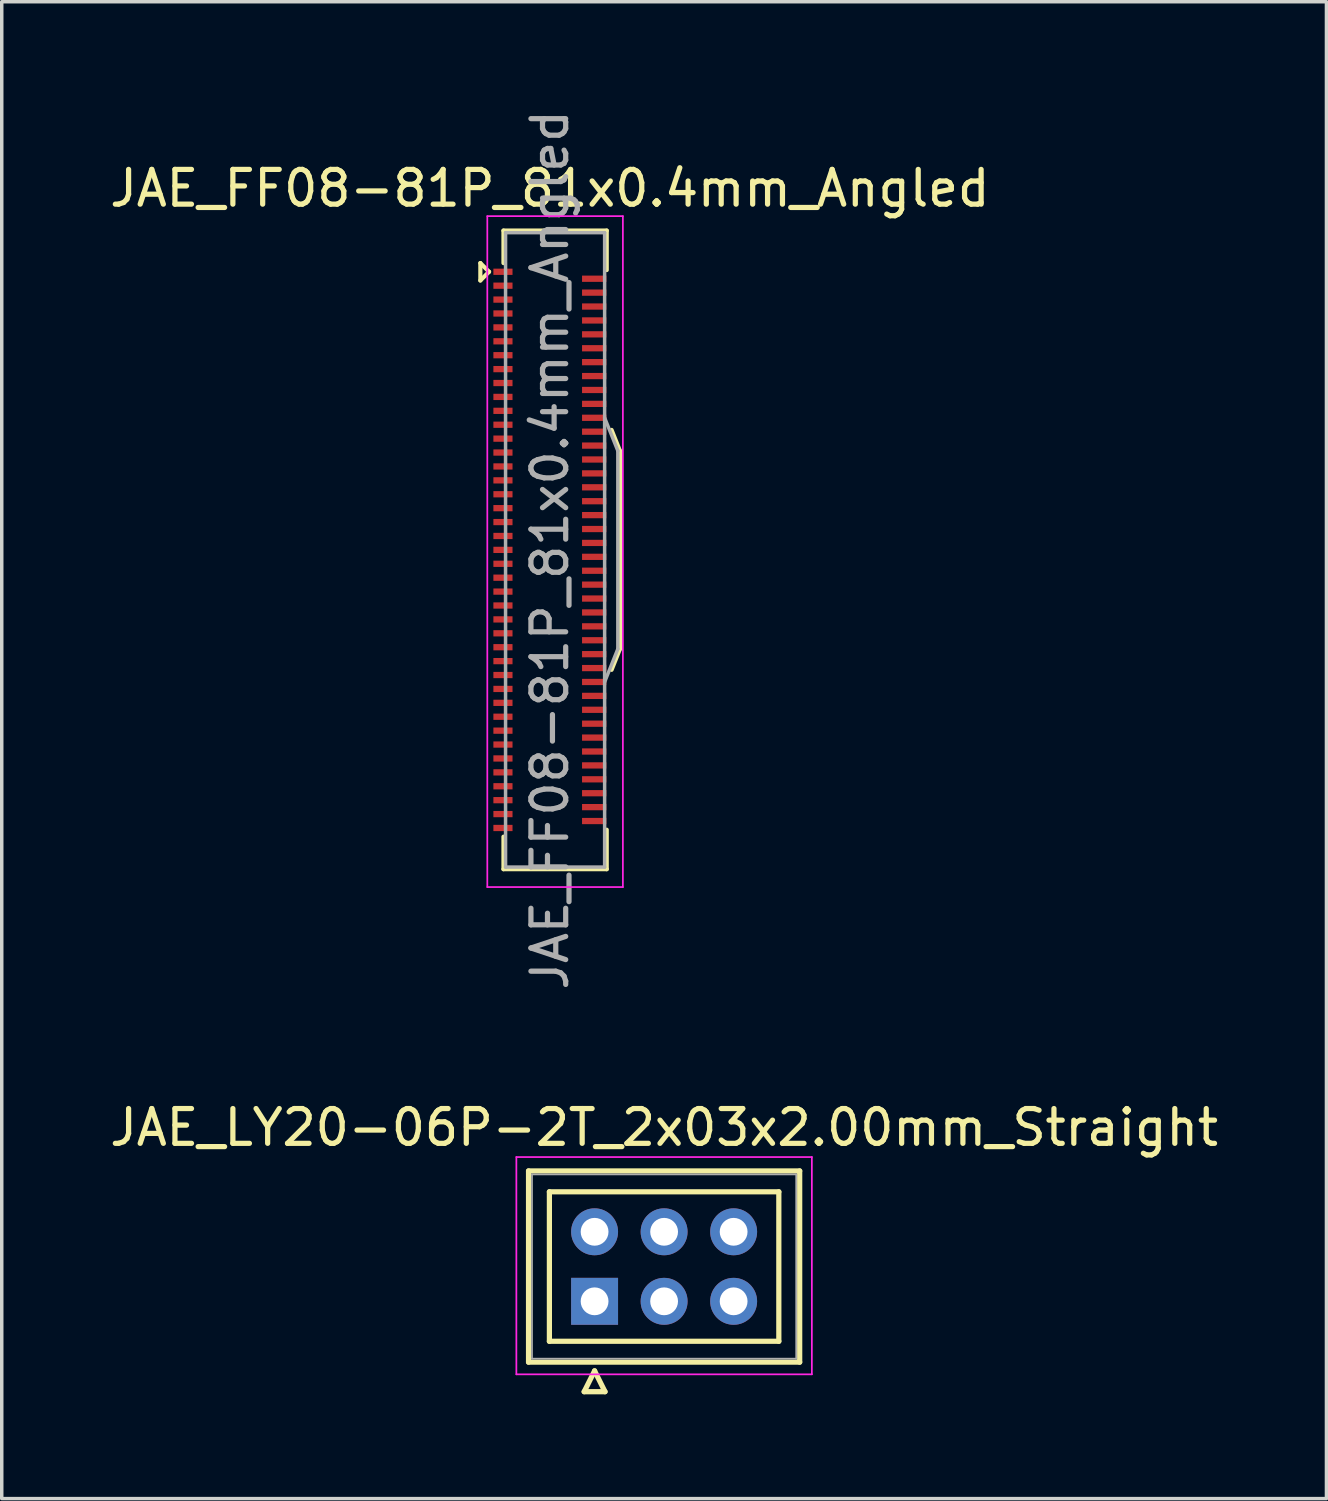
<source format=kicad_pcb>
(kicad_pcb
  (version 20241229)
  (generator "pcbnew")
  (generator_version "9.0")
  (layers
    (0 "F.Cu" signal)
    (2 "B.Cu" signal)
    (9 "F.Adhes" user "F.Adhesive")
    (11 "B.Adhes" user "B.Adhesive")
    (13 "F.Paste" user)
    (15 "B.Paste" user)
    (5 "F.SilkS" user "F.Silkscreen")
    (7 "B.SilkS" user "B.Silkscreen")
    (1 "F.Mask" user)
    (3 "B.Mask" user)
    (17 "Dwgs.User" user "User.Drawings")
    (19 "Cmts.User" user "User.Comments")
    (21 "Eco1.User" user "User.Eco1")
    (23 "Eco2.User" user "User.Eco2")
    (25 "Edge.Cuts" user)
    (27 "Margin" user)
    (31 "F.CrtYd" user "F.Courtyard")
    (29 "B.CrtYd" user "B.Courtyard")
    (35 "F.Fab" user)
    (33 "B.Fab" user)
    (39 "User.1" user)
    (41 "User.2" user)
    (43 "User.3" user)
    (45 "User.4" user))
  (footprint "JAE_LY20-06P-2T_2x03x2.00mm_Straight"
    (layer "F.Cu")
    (at 14.054 34.384)
    (property "Reference" "JAE_LY20-06P-2T_2x03x2.00mm_Straight" (at 2 -5 0) (layer "F.SilkS") (effects (font (size 1 1) (thickness 0.15))))
    (attr through_hole)
    (fp_line (start -1.9 -3.75) (end -1.9 1.75) (stroke (width 0.15) (type solid)) (layer "F.SilkS"))
    (fp_line (start -1.9 1.75) (end 5.9 1.75) (stroke (width 0.15) (type solid)) (layer "F.SilkS"))
    (fp_line (start -1.3 -3.15) (end -1.3 1.15) (stroke (width 0.15) (type solid)) (layer "F.SilkS"))
    (fp_line (start -1.3 1.15) (end 5.3 1.15) (stroke (width 0.15) (type solid)) (layer "F.SilkS"))
    (fp_line (start -0.3 2.6) (end 0.3 2.6) (stroke (width 0.15) (type solid)) (layer "F.SilkS"))
    (fp_line (start 0 2) (end -0.3 2.6) (stroke (width 0.15) (type solid)) (layer "F.SilkS"))
    (fp_line (start 0.3 2.6) (end 0 2) (stroke (width 0.15) (type solid)) (layer "F.SilkS"))
    (fp_line (start 5.3 -3.15) (end -1.3 -3.15) (stroke (width 0.15) (type solid)) (layer "F.SilkS"))
    (fp_line (start 5.3 1.15) (end 5.3 -3.15) (stroke (width 0.15) (type solid)) (layer "F.SilkS"))
    (fp_line (start 5.9 -3.75) (end -1.9 -3.75) (stroke (width 0.15) (type solid)) (layer "F.SilkS"))
    (fp_line (start 5.9 1.75) (end 5.9 -3.75) (stroke (width 0.15) (type solid)) (layer "F.SilkS"))
    (fp_line (start -2.25 -4.15) (end -2.25 2.1) (stroke (width 0.05) (type solid)) (layer "F.CrtYd"))
    (fp_line (start -2.25 2.1) (end 6.25 2.1) (stroke (width 0.05) (type solid)) (layer "F.CrtYd"))
    (fp_line (start 6.25 -4.15) (end -2.25 -4.15) (stroke (width 0.05) (type solid)) (layer "F.CrtYd"))
    (fp_line (start 6.25 2.1) (end 6.25 -4.15) (stroke (width 0.05) (type solid)) (layer "F.CrtYd"))
    (fp_line (start -1.8 -3.65) (end -1.8 1.65) (stroke (width 0.05) (type solid)) (layer "F.Fab"))
    (fp_line (start -1.8 1.65) (end 5.8 1.65) (stroke (width 0.05) (type solid)) (layer "F.Fab"))
    (fp_line (start 5.8 -3.65) (end -1.8 -3.65) (stroke (width 0.05) (type solid)) (layer "F.Fab"))
    (fp_line (start 5.8 1.65) (end 5.8 -3.65) (stroke (width 0.05) (type solid)) (layer "F.Fab"))
    (pad "1" thru_hole rect (at 0 0) (size 1.35 1.35) (drill 0.8) (layers "*.Cu" "*.Mask"))
    (pad "2" thru_hole circle (at 2 0) (size 1.35 1.35) (drill 0.8) (layers "*.Cu" "*.Mask"))
    (pad "3" thru_hole circle (at 4 0) (size 1.35 1.35) (drill 0.8) (layers "*.Cu" "*.Mask"))
    (pad "4" thru_hole circle (at 0 -2) (size 1.35 1.35) (drill 0.8) (layers "*.Cu" "*.Mask"))
    (pad "5" thru_hole circle (at 2 -2) (size 1.35 1.35) (drill 0.8) (layers "*.Cu" "*.Mask"))
    (pad "6" thru_hole circle (at 4 -2) (size 1.35 1.35) (drill 0.8) (layers "*.Cu" "*.Mask")))
  (footprint "JAE_FF08-81P_81x0.4mm_Angled"
    (layer "F.Cu")
    (at 12.768 12.768)
    (property "Reference" "JAE_FF08-81P_81x0.4mm_Angled" (at 0 -10.4 0) (layer "F.SilkS") (effects (font (size 1 1) (thickness 0.15))))
    (attr smd)
    (fp_line (start -2 -8.25) (end -1.75 -8) (stroke (width 0.12) (type solid)) (layer "F.SilkS"))
    (fp_line (start -2 -7.75) (end -2 -8.25) (stroke (width 0.12) (type solid)) (layer "F.SilkS"))
    (fp_line (start -1.75 -8) (end -2 -7.75) (stroke (width 0.12) (type solid)) (layer "F.SilkS"))
    (fp_line (start -1.335 -9.185) (end -1.335 -8.25) (stroke (width 0.12) (type solid)) (layer "F.SilkS"))
    (fp_line (start -1.335 -9.185) (end 1.635 -9.185) (stroke (width 0.12) (type solid)) (layer "F.SilkS"))
    (fp_line (start -1.335 9.185) (end -1.335 8.25) (stroke (width 0.12) (type solid)) (layer "F.SilkS"))
    (fp_line (start 1.635 -9.185) (end 1.635 -8.05) (stroke (width 0.12) (type solid)) (layer "F.SilkS"))
    (fp_line (start 1.635 8.05) (end 1.635 9.185) (stroke (width 0.12) (type solid)) (layer "F.SilkS"))
    (fp_line (start 1.635 9.185) (end -1.335 9.185) (stroke (width 0.12) (type solid)) (layer "F.SilkS"))
    (fp_line (start 1.775 -3.45) (end 2.015 -2.85) (stroke (width 0.12) (type solid)) (layer "F.SilkS"))
    (fp_line (start 1.775 3.45) (end 2.015 2.85) (stroke (width 0.12) (type solid)) (layer "F.SilkS"))
    (fp_line (start 2.015 -2.85) (end 2.015 2.85) (stroke (width 0.12) (type solid)) (layer "F.SilkS"))
    (fp_line (start -1.8 -9.6) (end 2.1 -9.6) (stroke (width 0.05) (type solid)) (layer "F.CrtYd"))
    (fp_line (start -1.8 9.7) (end -1.8 -9.6) (stroke (width 0.05) (type solid)) (layer "F.CrtYd"))
    (fp_line (start 2.1 -9.6) (end 2.1 9.7) (stroke (width 0.05) (type solid)) (layer "F.CrtYd"))
    (fp_line (start 2.1 9.7) (end -1.8 9.7) (stroke (width 0.05) (type solid)) (layer "F.CrtYd"))
    (fp_line (start -1.275 -9.125) (end 1.575 -9.125) (stroke (width 0.1) (type solid)) (layer "F.Fab"))
    (fp_line (start -1.275 9.125) (end -1.275 -9.125) (stroke (width 0.1) (type solid)) (layer "F.Fab"))
    (fp_line (start -1.275 9.125) (end 1.575 9.125) (stroke (width 0.1) (type solid)) (layer "F.Fab"))
    (fp_line (start 1.575 9.125) (end 1.575 -9.125) (stroke (width 0.1) (type solid)) (layer "F.Fab"))
    (fp_line (start 1.955 -2.85) (end 1.575 -3.8) (stroke (width 0.1) (type solid)) (layer "F.Fab"))
    (fp_line (start 1.955 2.85) (end 1.575 3.8) (stroke (width 0.1) (type solid)) (layer "F.Fab"))
    (fp_line (start 1.955 2.85) (end 1.955 -2.85) (stroke (width 0.1) (type solid)) (layer "F.Fab"))
    (fp_text user "${REFERENCE}" (at 0 0 90) (layer "F.Fab") (effects (font (size 1 1) (thickness 0.15))))
    (pad "1" smd rect (at -1.35 -8 90) (size 0.18 0.55) (layers "F.Cu" "F.Mask" "F.Paste"))
    (pad "2" smd rect (at 1.275 -7.8 90) (size 0.18 0.7) (layers "F.Cu" "F.Mask" "F.Paste"))
    (pad "3" smd rect (at -1.35 -7.6 90) (size 0.18 0.55) (layers "F.Cu" "F.Mask" "F.Paste"))
    (pad "4" smd rect (at 1.275 -7.4 90) (size 0.18 0.7) (layers "F.Cu" "F.Mask" "F.Paste"))
    (pad "5" smd rect (at -1.35 -7.2 90) (size 0.18 0.55) (layers "F.Cu" "F.Mask" "F.Paste"))
    (pad "6" smd rect (at 1.275 -7 90) (size 0.18 0.7) (layers "F.Cu" "F.Mask" "F.Paste"))
    (pad "7" smd rect (at -1.35 -6.8 90) (size 0.18 0.55) (layers "F.Cu" "F.Mask" "F.Paste"))
    (pad "8" smd rect (at 1.275 -6.6 90) (size 0.18 0.7) (layers "F.Cu" "F.Mask" "F.Paste"))
    (pad "9" smd rect (at -1.35 -6.4 90) (size 0.18 0.55) (layers "F.Cu" "F.Mask" "F.Paste"))
    (pad "10" smd rect (at 1.275 -6.2 90) (size 0.18 0.7) (layers "F.Cu" "F.Mask" "F.Paste"))
    (pad "11" smd rect (at -1.35 -6 90) (size 0.18 0.55) (layers "F.Cu" "F.Mask" "F.Paste"))
    (pad "12" smd rect (at 1.275 -5.8 90) (size 0.18 0.7) (layers "F.Cu" "F.Mask" "F.Paste"))
    (pad "13" smd rect (at -1.35 -5.6 90) (size 0.18 0.55) (layers "F.Cu" "F.Mask" "F.Paste"))
    (pad "14" smd rect (at 1.275 -5.4 90) (size 0.18 0.7) (layers "F.Cu" "F.Mask" "F.Paste"))
    (pad "15" smd rect (at -1.35 -5.2 90) (size 0.18 0.55) (layers "F.Cu" "F.Mask" "F.Paste"))
    (pad "16" smd rect (at 1.275 -5 90) (size 0.18 0.7) (layers "F.Cu" "F.Mask" "F.Paste"))
    (pad "17" smd rect (at -1.35 -4.8 90) (size 0.18 0.55) (layers "F.Cu" "F.Mask" "F.Paste"))
    (pad "18" smd rect (at 1.275 -4.6 90) (size 0.18 0.7) (layers "F.Cu" "F.Mask" "F.Paste"))
    (pad "19" smd rect (at -1.35 -4.4 90) (size 0.18 0.55) (layers "F.Cu" "F.Mask" "F.Paste"))
    (pad "20" smd rect (at 1.275 -4.2 90) (size 0.18 0.7) (layers "F.Cu" "F.Mask" "F.Paste"))
    (pad "21" smd rect (at -1.35 -4 90) (size 0.18 0.55) (layers "F.Cu" "F.Mask" "F.Paste"))
    (pad "22" smd rect (at 1.275 -3.8 90) (size 0.18 0.7) (layers "F.Cu" "F.Mask" "F.Paste"))
    (pad "23" smd rect (at -1.35 -3.6 90) (size 0.18 0.55) (layers "F.Cu" "F.Mask" "F.Paste"))
    (pad "24" smd rect (at 1.275 -3.4 90) (size 0.18 0.7) (layers "F.Cu" "F.Mask" "F.Paste"))
    (pad "25" smd rect (at -1.35 -3.2 90) (size 0.18 0.55) (layers "F.Cu" "F.Mask" "F.Paste"))
    (pad "26" smd rect (at 1.275 -3 90) (size 0.18 0.7) (layers "F.Cu" "F.Mask" "F.Paste"))
    (pad "27" smd rect (at -1.35 -2.8 90) (size 0.18 0.55) (layers "F.Cu" "F.Mask" "F.Paste"))
    (pad "28" smd rect (at 1.275 -2.6 90) (size 0.18 0.7) (layers "F.Cu" "F.Mask" "F.Paste"))
    (pad "29" smd rect (at -1.35 -2.4 90) (size 0.18 0.55) (layers "F.Cu" "F.Mask" "F.Paste"))
    (pad "30" smd rect (at 1.275 -2.2 90) (size 0.18 0.7) (layers "F.Cu" "F.Mask" "F.Paste"))
    (pad "31" smd rect (at -1.35 -2 90) (size 0.18 0.55) (layers "F.Cu" "F.Mask" "F.Paste"))
    (pad "32" smd rect (at 1.275 -1.8 90) (size 0.18 0.7) (layers "F.Cu" "F.Mask" "F.Paste"))
    (pad "33" smd rect (at -1.35 -1.6 90) (size 0.18 0.55) (layers "F.Cu" "F.Mask" "F.Paste"))
    (pad "34" smd rect (at 1.275 -1.4 90) (size 0.18 0.7) (layers "F.Cu" "F.Mask" "F.Paste"))
    (pad "35" smd rect (at -1.35 -1.2 90) (size 0.18 0.55) (layers "F.Cu" "F.Mask" "F.Paste"))
    (pad "36" smd rect (at 1.275 -1 90) (size 0.18 0.7) (layers "F.Cu" "F.Mask" "F.Paste"))
    (pad "37" smd rect (at -1.35 -0.8 90) (size 0.18 0.55) (layers "F.Cu" "F.Mask" "F.Paste"))
    (pad "38" smd rect (at 1.275 -0.6 90) (size 0.18 0.7) (layers "F.Cu" "F.Mask" "F.Paste"))
    (pad "39" smd rect (at -1.35 -0.4 90) (size 0.18 0.55) (layers "F.Cu" "F.Mask" "F.Paste"))
    (pad "40" smd rect (at 1.275 -0.2 90) (size 0.18 0.7) (layers "F.Cu" "F.Mask" "F.Paste"))
    (pad "41" smd rect (at -1.35 0 90) (size 0.18 0.55) (layers "F.Cu" "F.Mask" "F.Paste"))
    (pad "42" smd rect (at 1.275 0.2 90) (size 0.18 0.7) (layers "F.Cu" "F.Mask" "F.Paste"))
    (pad "43" smd rect (at -1.35 0.4 90) (size 0.18 0.55) (layers "F.Cu" "F.Mask" "F.Paste"))
    (pad "44" smd rect (at 1.275 0.6 90) (size 0.18 0.7) (layers "F.Cu" "F.Mask" "F.Paste"))
    (pad "45" smd rect (at -1.35 0.8 90) (size 0.18 0.55) (layers "F.Cu" "F.Mask" "F.Paste"))
    (pad "46" smd rect (at 1.275 1 90) (size 0.18 0.7) (layers "F.Cu" "F.Mask" "F.Paste"))
    (pad "47" smd rect (at -1.35 1.2 90) (size 0.18 0.55) (layers "F.Cu" "F.Mask" "F.Paste"))
    (pad "48" smd rect (at 1.275 1.4 90) (size 0.18 0.7) (layers "F.Cu" "F.Mask" "F.Paste"))
    (pad "49" smd rect (at -1.35 1.6 90) (size 0.18 0.55) (layers "F.Cu" "F.Mask" "F.Paste"))
    (pad "50" smd rect (at 1.275 1.8 90) (size 0.18 0.7) (layers "F.Cu" "F.Mask" "F.Paste"))
    (pad "51" smd rect (at -1.35 2 90) (size 0.18 0.55) (layers "F.Cu" "F.Mask" "F.Paste"))
    (pad "52" smd rect (at 1.275 2.2 90) (size 0.18 0.7) (layers "F.Cu" "F.Mask" "F.Paste"))
    (pad "53" smd rect (at -1.35 2.4 90) (size 0.18 0.55) (layers "F.Cu" "F.Mask" "F.Paste"))
    (pad "54" smd rect (at 1.275 2.6 90) (size 0.18 0.7) (layers "F.Cu" "F.Mask" "F.Paste"))
    (pad "55" smd rect (at -1.35 2.8 90) (size 0.18 0.55) (layers "F.Cu" "F.Mask" "F.Paste"))
    (pad "56" smd rect (at 1.275 3 90) (size 0.18 0.7) (layers "F.Cu" "F.Mask" "F.Paste"))
    (pad "57" smd rect (at -1.35 3.2 90) (size 0.18 0.55) (layers "F.Cu" "F.Mask" "F.Paste"))
    (pad "58" smd rect (at 1.275 3.4 90) (size 0.18 0.7) (layers "F.Cu" "F.Mask" "F.Paste"))
    (pad "59" smd rect (at -1.35 3.6 90) (size 0.18 0.55) (layers "F.Cu" "F.Mask" "F.Paste"))
    (pad "60" smd rect (at 1.275 3.8 90) (size 0.18 0.7) (layers "F.Cu" "F.Mask" "F.Paste"))
    (pad "61" smd rect (at -1.35 4 90) (size 0.18 0.55) (layers "F.Cu" "F.Mask" "F.Paste"))
    (pad "62" smd rect (at 1.275 4.2 90) (size 0.18 0.7) (layers "F.Cu" "F.Mask" "F.Paste"))
    (pad "63" smd rect (at -1.35 4.4 90) (size 0.18 0.55) (layers "F.Cu" "F.Mask" "F.Paste"))
    (pad "64" smd rect (at 1.275 4.6 90) (size 0.18 0.7) (layers "F.Cu" "F.Mask" "F.Paste"))
    (pad "65" smd rect (at -1.35 4.8 90) (size 0.18 0.55) (layers "F.Cu" "F.Mask" "F.Paste"))
    (pad "66" smd rect (at 1.275 5 90) (size 0.18 0.7) (layers "F.Cu" "F.Mask" "F.Paste"))
    (pad "67" smd rect (at -1.35 5.2 90) (size 0.18 0.55) (layers "F.Cu" "F.Mask" "F.Paste"))
    (pad "68" smd rect (at 1.275 5.4 90) (size 0.18 0.7) (layers "F.Cu" "F.Mask" "F.Paste"))
    (pad "69" smd rect (at -1.35 5.6 90) (size 0.18 0.55) (layers "F.Cu" "F.Mask" "F.Paste"))
    (pad "70" smd rect (at 1.275 5.8 90) (size 0.18 0.7) (layers "F.Cu" "F.Mask" "F.Paste"))
    (pad "71" smd rect (at -1.35 6 90) (size 0.18 0.55) (layers "F.Cu" "F.Mask" "F.Paste"))
    (pad "72" smd rect (at 1.275 6.2 90) (size 0.18 0.7) (layers "F.Cu" "F.Mask" "F.Paste"))
    (pad "73" smd rect (at -1.35 6.4 90) (size 0.18 0.55) (layers "F.Cu" "F.Mask" "F.Paste"))
    (pad "74" smd rect (at 1.275 6.6 90) (size 0.18 0.7) (layers "F.Cu" "F.Mask" "F.Paste"))
    (pad "75" smd rect (at -1.35 6.8 90) (size 0.18 0.55) (layers "F.Cu" "F.Mask" "F.Paste"))
    (pad "76" smd rect (at 1.275 7 90) (size 0.18 0.7) (layers "F.Cu" "F.Mask" "F.Paste"))
    (pad "77" smd rect (at -1.35 7.2 90) (size 0.18 0.55) (layers "F.Cu" "F.Mask" "F.Paste"))
    (pad "78" smd rect (at 1.275 7.4 90) (size 0.18 0.7) (layers "F.Cu" "F.Mask" "F.Paste"))
    (pad "79" smd rect (at -1.35 7.6 90) (size 0.18 0.55) (layers "F.Cu" "F.Mask" "F.Paste"))
    (pad "80" smd rect (at 1.275 7.8 90) (size 0.18 0.7) (layers "F.Cu" "F.Mask" "F.Paste"))
    (pad "81" smd rect (at -1.35 8 90) (size 0.18 0.55) (layers "F.Cu" "F.Mask" "F.Paste")))
  (gr_rect
    (start -3 -3)
    (end 35.107 40.059)
    (stroke (width 0.1) (type default))
    (fill no)
    (layer "Edge.Cuts")))
</source>
